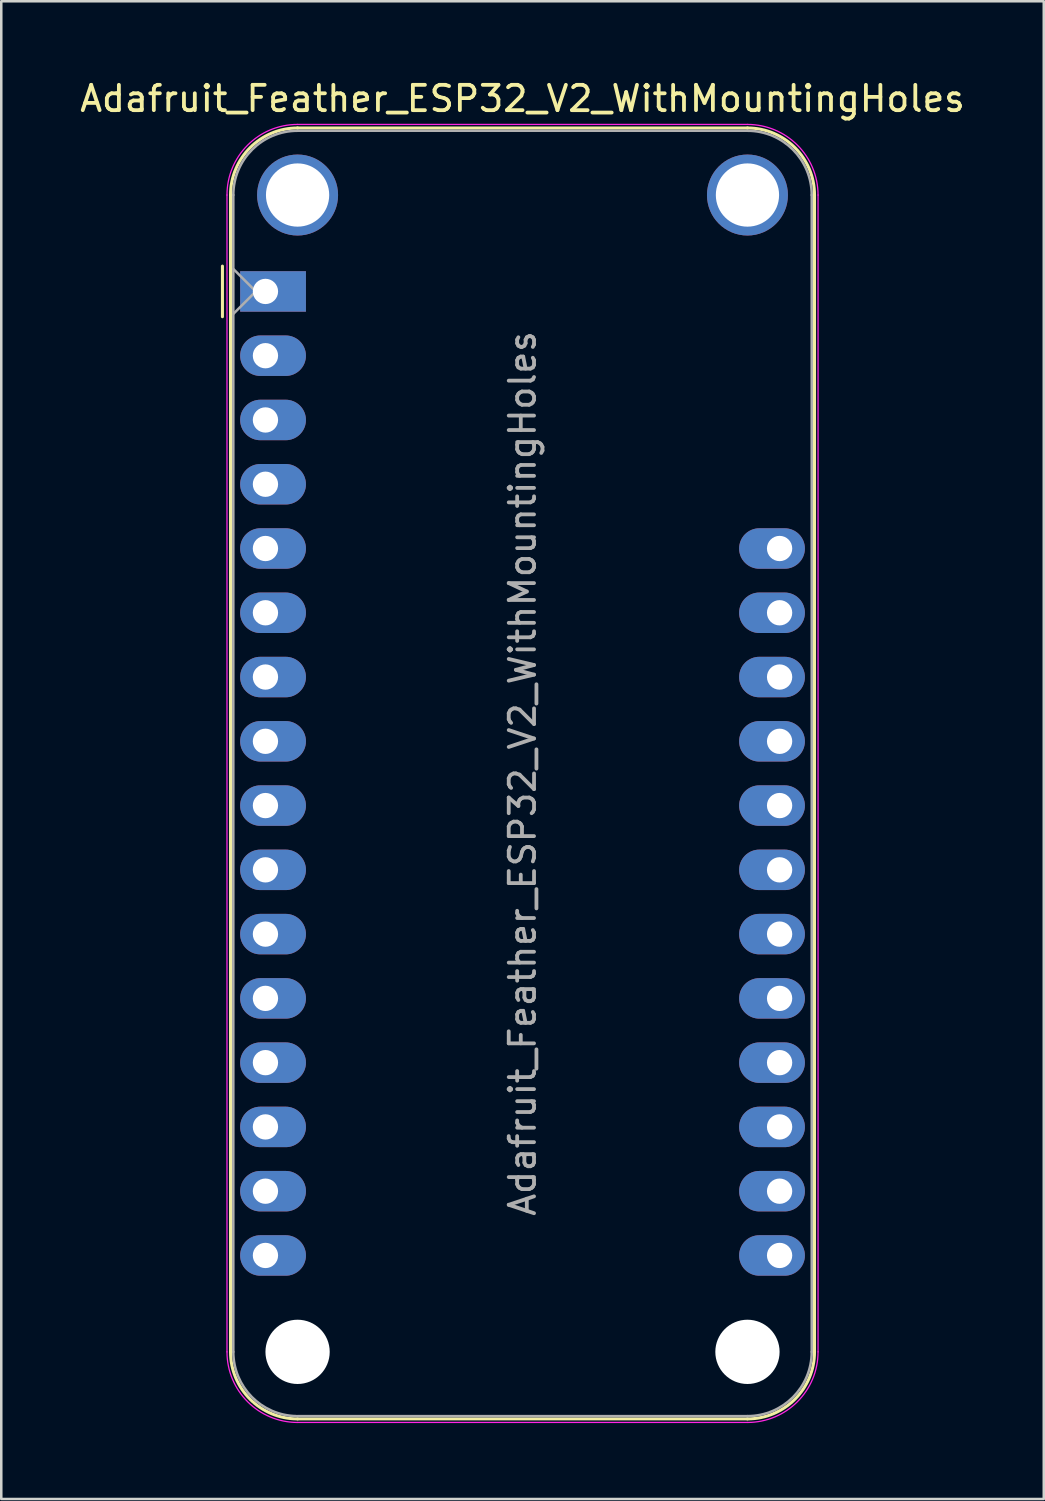
<source format=kicad_pcb>
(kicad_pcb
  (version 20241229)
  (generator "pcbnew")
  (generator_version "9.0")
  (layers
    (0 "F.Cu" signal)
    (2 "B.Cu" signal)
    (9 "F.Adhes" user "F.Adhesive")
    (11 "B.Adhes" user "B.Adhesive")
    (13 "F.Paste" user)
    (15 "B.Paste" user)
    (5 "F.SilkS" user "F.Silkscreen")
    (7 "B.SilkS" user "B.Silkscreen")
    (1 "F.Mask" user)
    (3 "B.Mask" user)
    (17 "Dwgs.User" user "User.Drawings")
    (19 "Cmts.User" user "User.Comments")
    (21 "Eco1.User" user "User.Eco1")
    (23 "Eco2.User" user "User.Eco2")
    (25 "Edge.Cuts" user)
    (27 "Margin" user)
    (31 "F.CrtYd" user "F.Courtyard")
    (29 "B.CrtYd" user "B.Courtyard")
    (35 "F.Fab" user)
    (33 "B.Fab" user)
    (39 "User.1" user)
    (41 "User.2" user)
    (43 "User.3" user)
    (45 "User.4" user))
  (footprint "Adafruit_Feather_ESP32_V2_WithMountingHoles"
    (layer "F.Cu")
    (at 7.441 8.468)
    (property "Reference" "Adafruit_Feather_ESP32_V2_WithMountingHoles" (at 10.16 -7.62 0) (layer "F.SilkS") (effects (font (size 1 1) (thickness 0.15))))
    (attr through_hole)
    (fp_line (start -1.7 1) (end -1.7 -1) (stroke (width 0.12) (type solid)) (layer "F.SilkS"))
    (fp_line (start -1.38 -3.81) (end -1.38 41.91) (stroke (width 0.12) (type solid)) (layer "F.SilkS"))
    (fp_line (start 19.05 -6.46) (end 1.27 -6.46) (stroke (width 0.12) (type solid)) (layer "F.SilkS"))
    (fp_line (start 19.05 44.56) (end 1.27 44.56) (stroke (width 0.12) (type solid)) (layer "F.SilkS"))
    (fp_line (start 21.7 -3.81) (end 21.7 41.91) (stroke (width 0.12) (type solid)) (layer "F.SilkS"))
    (fp_arc (start -1.38 -3.81) (mid -0.603833 -5.683833) (end 1.27 -6.46) (stroke (width 0.12) (type solid)) (layer "F.SilkS"))
    (fp_arc (start 1.27 44.56) (mid -0.603833 43.783833) (end -1.38 41.91) (stroke (width 0.12) (type solid)) (layer "F.SilkS"))
    (fp_arc (start 19.05 -6.46) (mid 20.923833 -5.683833) (end 21.7 -3.81) (stroke (width 0.12) (type solid)) (layer "F.SilkS"))
    (fp_arc (start 21.7 41.91) (mid 20.923833 43.783833) (end 19.05 44.56) (stroke (width 0.12) (type solid)) (layer "F.SilkS"))
    (fp_line (start -1.52 41.91) (end -1.52 -3.81) (stroke (width 0.05) (type solid)) (layer "F.CrtYd"))
    (fp_line (start 19.05 -6.6) (end 1.27 -6.6) (stroke (width 0.05) (type solid)) (layer "F.CrtYd"))
    (fp_line (start 19.05 44.7) (end 1.27 44.7) (stroke (width 0.05) (type solid)) (layer "F.CrtYd"))
    (fp_line (start 21.84 41.91) (end 21.84 -3.81) (stroke (width 0.05) (type solid)) (layer "F.CrtYd"))
    (fp_arc (start -1.52 -3.81) (mid -0.702828 -5.782828) (end 1.27 -6.6) (stroke (width 0.05) (type solid)) (layer "F.CrtYd"))
    (fp_arc (start 1.27 44.7) (mid -0.702828 43.882828) (end -1.52 41.91) (stroke (width 0.05) (type solid)) (layer "F.CrtYd"))
    (fp_arc (start 19.05 -6.6) (mid 21.022828 -5.782828) (end 21.84 -3.81) (stroke (width 0.05) (type solid)) (layer "F.CrtYd"))
    (fp_arc (start 21.84 41.91) (mid 21.022828 43.882828) (end 19.05 44.7) (stroke (width 0.05) (type solid)) (layer "F.CrtYd"))
    (fp_line (start -1.27 -3.81) (end -1.27 41.91) (stroke (width 0.1) (type solid)) (layer "F.Fab"))
    (fp_line (start -1.27 -0.889) (end -0.381 0) (stroke (width 0.1) (type solid)) (layer "F.Fab"))
    (fp_line (start -0.381 0) (end -1.27 0.889) (stroke (width 0.1) (type solid)) (layer "F.Fab"))
    (fp_line (start 1.27 44.45) (end 19.05 44.45) (stroke (width 0.1) (type solid)) (layer "F.Fab"))
    (fp_line (start 19.05 -6.35) (end 1.27 -6.35) (stroke (width 0.1) (type solid)) (layer "F.Fab"))
    (fp_line (start 21.59 41.91) (end 21.59 -3.81) (stroke (width 0.1) (type solid)) (layer "F.Fab"))
    (fp_arc (start -1.27 -3.81) (mid -0.526051 -5.606051) (end 1.27 -6.35) (stroke (width 0.1) (type solid)) (layer "F.Fab"))
    (fp_arc (start 1.221238 44.449532) (mid -0.543209 43.688728) (end -1.27 41.91) (stroke (width 0.1) (type solid)) (layer "F.Fab"))
    (fp_arc (start 19.05 -6.35) (mid 20.846051 -5.606051) (end 21.59 -3.81) (stroke (width 0.1) (type solid)) (layer "F.Fab"))
    (fp_arc (start 21.59 41.91) (mid 20.846051 43.706051) (end 19.05 44.45) (stroke (width 0.1) (type solid)) (layer "F.Fab"))
    (fp_text user "${REFERENCE}" (at 10.16 19.05 270) (layer "F.Fab") (effects (font (size 1 1) (thickness 0.15))))
    (pad "" np_thru_hole circle (at 1.27 -3.81 270) (size 3.2 3.2) (drill 2.5) (layers "*.Cu" "*.Mask"))
    (pad "" np_thru_hole circle (at 1.27 41.91 270) (size 2.54 2.54) (drill 2.54) (layers "*.Cu" "*.Mask"))
    (pad "" np_thru_hole circle (at 19.05 -3.81 270) (size 3.2 3.2) (drill 2.5) (layers "*.Cu" "*.Mask"))
    (pad "" np_thru_hole circle (at 19.05 41.91 270) (size 2.54 2.54) (drill 2.54) (layers "*.Cu" "*.Mask"))
    (pad "1" thru_hole rect (at 0 0) (size 2.6 1.6) (drill 1 (offset 0.3 0)) (layers "*.Cu" "*.Mask"))
    (pad "2" thru_hole oval (at 0 2.54) (size 2.6 1.6) (drill 1 (offset 0.3 0)) (layers "*.Cu" "*.Mask"))
    (pad "3" thru_hole oval (at 0 5.08) (size 2.6 1.6) (drill 1 (offset 0.3 0)) (layers "*.Cu" "*.Mask"))
    (pad "4" thru_hole oval (at 0 7.62) (size 2.6 1.6) (drill 1 (offset 0.3 0)) (layers "*.Cu" "*.Mask"))
    (pad "5" thru_hole oval (at 0 10.16) (size 2.6 1.6) (drill 1 (offset 0.3 0)) (layers "*.Cu" "*.Mask"))
    (pad "6" thru_hole oval (at 0 12.7) (size 2.6 1.6) (drill 1 (offset 0.3 0)) (layers "*.Cu" "*.Mask"))
    (pad "7" thru_hole oval (at 0 15.24) (size 2.6 1.6) (drill 1 (offset 0.3 0)) (layers "*.Cu" "*.Mask"))
    (pad "8" thru_hole oval (at 0 17.78) (size 2.6 1.6) (drill 1 (offset 0.3 0)) (layers "*.Cu" "*.Mask"))
    (pad "9" thru_hole oval (at 0 20.32) (size 2.6 1.6) (drill 1 (offset 0.3 0)) (layers "*.Cu" "*.Mask"))
    (pad "10" thru_hole oval (at 0 22.86) (size 2.6 1.6) (drill 1 (offset 0.3 0)) (layers "*.Cu" "*.Mask"))
    (pad "11" thru_hole oval (at 0 25.4) (size 2.6 1.6) (drill 1 (offset 0.3 0)) (layers "*.Cu" "*.Mask"))
    (pad "12" thru_hole oval (at 0 27.94) (size 2.6 1.6) (drill 1 (offset 0.3 0)) (layers "*.Cu" "*.Mask"))
    (pad "13" thru_hole oval (at 0 30.48) (size 2.6 1.6) (drill 1 (offset 0.3 0)) (layers "*.Cu" "*.Mask"))
    (pad "14" thru_hole oval (at 0 33.02) (size 2.6 1.6) (drill 1 (offset 0.3 0)) (layers "*.Cu" "*.Mask"))
    (pad "15" thru_hole oval (at 0 35.56) (size 2.6 1.6) (drill 1 (offset 0.3 0)) (layers "*.Cu" "*.Mask"))
    (pad "16" thru_hole oval (at 0 38.1) (size 2.6 1.6) (drill 1 (offset 0.3 0)) (layers "*.Cu" "*.Mask"))
    (pad "17" thru_hole oval (at 20.32 38.1 180) (size 2.6 1.6) (drill 1 (offset 0.3 0)) (layers "*.Cu" "*.Mask"))
    (pad "18" thru_hole oval (at 20.32 35.56 180) (size 2.6 1.6) (drill 1 (offset 0.3 0)) (layers "*.Cu" "*.Mask"))
    (pad "19" thru_hole oval (at 20.32 33.02 180) (size 2.6 1.6) (drill 1 (offset 0.3 0)) (layers "*.Cu" "*.Mask"))
    (pad "20" thru_hole oval (at 20.32 30.48 180) (size 2.6 1.6) (drill 1 (offset 0.3 0)) (layers "*.Cu" "*.Mask"))
    (pad "21" thru_hole oval (at 20.32 27.94 180) (size 2.6 1.6) (drill 1 (offset 0.3 0)) (layers "*.Cu" "*.Mask"))
    (pad "22" thru_hole oval (at 20.32 25.4 180) (size 2.6 1.6) (drill 1 (offset 0.3 0)) (layers "*.Cu" "*.Mask"))
    (pad "23" thru_hole oval (at 20.32 22.86 180) (size 2.6 1.6) (drill 1 (offset 0.3 0)) (layers "*.Cu" "*.Mask"))
    (pad "24" thru_hole oval (at 20.32 20.32 180) (size 2.6 1.6) (drill 1 (offset 0.3 0)) (layers "*.Cu" "*.Mask"))
    (pad "25" thru_hole oval (at 20.32 17.78 180) (size 2.6 1.6) (drill 1 (offset 0.3 0)) (layers "*.Cu" "*.Mask"))
    (pad "26" thru_hole oval (at 20.32 15.24 180) (size 2.6 1.6) (drill 1 (offset 0.3 0)) (layers "*.Cu" "*.Mask"))
    (pad "27" thru_hole oval (at 20.32 12.7 180) (size 2.6 1.6) (drill 1 (offset 0.3 0)) (layers "*.Cu" "*.Mask"))
    (pad "28" thru_hole oval (at 20.32 10.16 180) (size 2.6 1.6) (drill 1 (offset 0.3 0)) (layers "*.Cu" "*.Mask")))
  (gr_rect
    (start -3 -3)
    (end 38.202 56.193)
    (stroke (width 0.1) (type default))
    (fill no)
    (layer "Edge.Cuts")))
</source>
